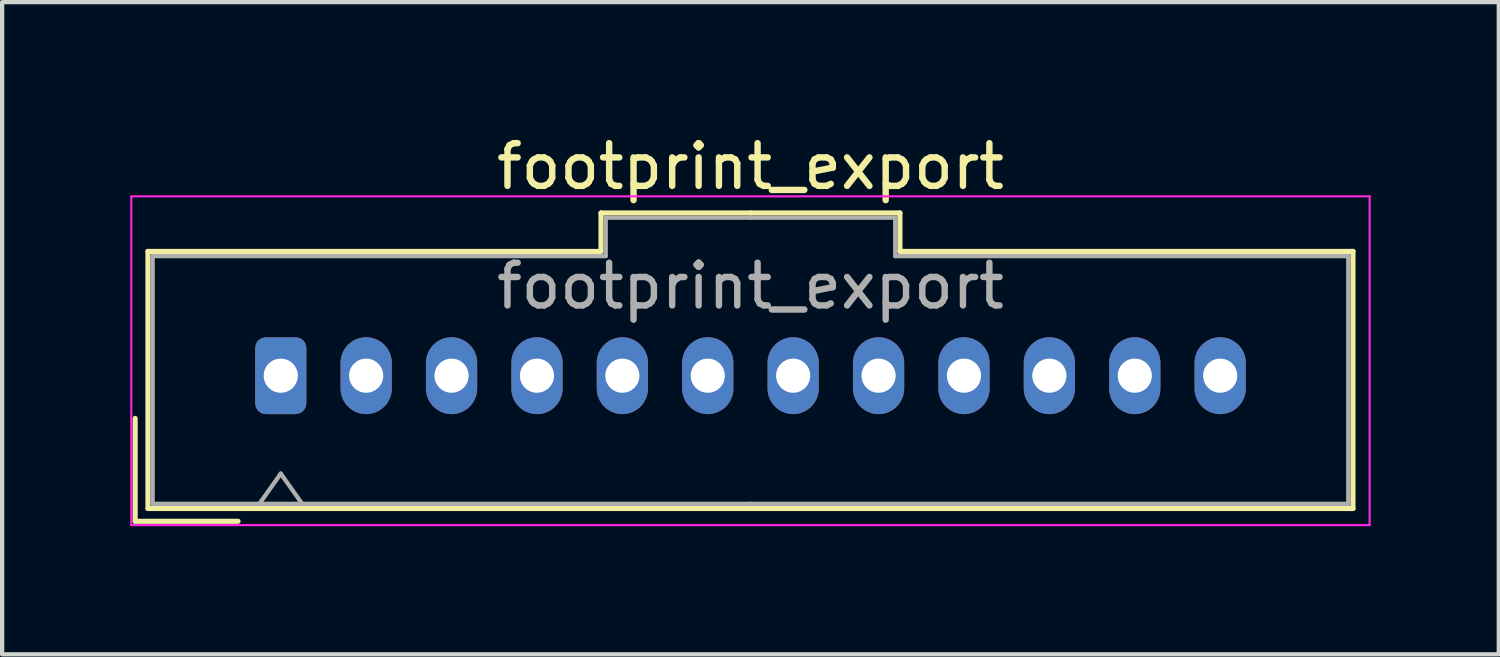
<source format=kicad_pcb>
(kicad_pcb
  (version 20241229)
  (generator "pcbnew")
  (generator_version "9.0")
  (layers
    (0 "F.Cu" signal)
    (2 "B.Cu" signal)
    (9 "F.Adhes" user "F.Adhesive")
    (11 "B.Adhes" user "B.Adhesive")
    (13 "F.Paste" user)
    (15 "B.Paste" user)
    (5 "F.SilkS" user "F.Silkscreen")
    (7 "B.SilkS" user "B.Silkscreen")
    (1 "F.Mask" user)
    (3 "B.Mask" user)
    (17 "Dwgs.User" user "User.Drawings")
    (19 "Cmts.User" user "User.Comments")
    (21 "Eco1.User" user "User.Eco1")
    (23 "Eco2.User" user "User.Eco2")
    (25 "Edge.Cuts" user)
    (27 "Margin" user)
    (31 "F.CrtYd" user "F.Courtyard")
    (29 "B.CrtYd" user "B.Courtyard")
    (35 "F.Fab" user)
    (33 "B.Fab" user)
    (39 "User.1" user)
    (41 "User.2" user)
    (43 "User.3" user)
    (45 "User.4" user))
  (footprint "footprint_export"
    (layer "F.Cu")
    (at 3.525 5.748)
    (property "Reference" "footprint_export" (at 11 -4.9 0) (layer "F.SilkS") (effects (font (size 1 1) (thickness 0.15))))
    (attr through_hole)
    (fp_line (start -3.41 1) (end -3.41 3.41) (stroke (width 0.12) (type solid)) (layer "F.SilkS"))
    (fp_line (start -3.41 3.41) (end -1 3.41) (stroke (width 0.12) (type solid)) (layer "F.SilkS"))
    (fp_line (start -3.11 -2.91) (end -3.11 3.11) (stroke (width 0.12) (type solid)) (layer "F.SilkS"))
    (fp_line (start -3.11 3.11) (end 11 3.11) (stroke (width 0.12) (type solid)) (layer "F.SilkS"))
    (fp_line (start 7.5 -3.81) (end 7.5 -2.91) (stroke (width 0.12) (type solid)) (layer "F.SilkS"))
    (fp_line (start 7.5 -2.91) (end -3.11 -2.91) (stroke (width 0.12) (type solid)) (layer "F.SilkS"))
    (fp_line (start 11 -3.81) (end 7.5 -3.81) (stroke (width 0.12) (type solid)) (layer "F.SilkS"))
    (fp_line (start 11 -3.81) (end 14.5 -3.81) (stroke (width 0.12) (type solid)) (layer "F.SilkS"))
    (fp_line (start 14.5 -3.81) (end 14.5 -2.91) (stroke (width 0.12) (type solid)) (layer "F.SilkS"))
    (fp_line (start 14.5 -2.91) (end 25.11 -2.91) (stroke (width 0.12) (type solid)) (layer "F.SilkS"))
    (fp_line (start 25.11 -2.91) (end 25.11 3.11) (stroke (width 0.12) (type solid)) (layer "F.SilkS"))
    (fp_line (start 25.11 3.11) (end 11 3.11) (stroke (width 0.12) (type solid)) (layer "F.SilkS"))
    (fp_line (start -3.5 -4.2) (end -3.5 3.5) (stroke (width 0.05) (type solid)) (layer "F.CrtYd"))
    (fp_line (start -3.5 3.5) (end 25.5 3.5) (stroke (width 0.05) (type solid)) (layer "F.CrtYd"))
    (fp_line (start 25.5 -4.2) (end -3.5 -4.2) (stroke (width 0.05) (type solid)) (layer "F.CrtYd"))
    (fp_line (start 25.5 3.5) (end 25.5 -4.2) (stroke (width 0.05) (type solid)) (layer "F.CrtYd"))
    (fp_line (start -3 -2.8) (end -3 3) (stroke (width 0.1) (type solid)) (layer "F.Fab"))
    (fp_line (start -3 3) (end 11 3) (stroke (width 0.1) (type solid)) (layer "F.Fab"))
    (fp_line (start -0.5 3) (end 0 2.293) (stroke (width 0.1) (type solid)) (layer "F.Fab"))
    (fp_line (start 0 2.293) (end 0.5 3) (stroke (width 0.1) (type solid)) (layer "F.Fab"))
    (fp_line (start 7.61 -3.7) (end 7.61 -2.8) (stroke (width 0.1) (type solid)) (layer "F.Fab"))
    (fp_line (start 7.61 -2.8) (end -3 -2.8) (stroke (width 0.1) (type solid)) (layer "F.Fab"))
    (fp_line (start 11 -3.7) (end 7.61 -3.7) (stroke (width 0.1) (type solid)) (layer "F.Fab"))
    (fp_line (start 11 -3.7) (end 14.39 -3.7) (stroke (width 0.1) (type solid)) (layer "F.Fab"))
    (fp_line (start 14.39 -3.7) (end 14.39 -2.8) (stroke (width 0.1) (type solid)) (layer "F.Fab"))
    (fp_line (start 14.39 -2.8) (end 25 -2.8) (stroke (width 0.1) (type solid)) (layer "F.Fab"))
    (fp_line (start 25 -2.8) (end 25 3) (stroke (width 0.1) (type solid)) (layer "F.Fab"))
    (fp_line (start 25 3) (end 11 3) (stroke (width 0.1) (type solid)) (layer "F.Fab"))
    (fp_text user "${REFERENCE}" (at 11 -2.1 0) (layer "F.Fab") (effects (font (size 1 1) (thickness 0.15))))
    (pad "1" thru_hole roundrect (at 0 0) (size 1.2 1.8) (drill 0.8) (layers "*.Cu" "*.Mask") (roundrect_rratio 0.208))
    (pad "2" thru_hole oval (at 2 0) (size 1.2 1.8) (drill 0.8) (layers "*.Cu" "*.Mask"))
    (pad "3" thru_hole oval (at 4 0) (size 1.2 1.8) (drill 0.8) (layers "*.Cu" "*.Mask"))
    (pad "4" thru_hole oval (at 6 0) (size 1.2 1.8) (drill 0.8) (layers "*.Cu" "*.Mask"))
    (pad "5" thru_hole oval (at 8 0) (size 1.2 1.8) (drill 0.8) (layers "*.Cu" "*.Mask"))
    (pad "6" thru_hole oval (at 10 0) (size 1.2 1.8) (drill 0.8) (layers "*.Cu" "*.Mask"))
    (pad "7" thru_hole oval (at 12 0) (size 1.2 1.8) (drill 0.8) (layers "*.Cu" "*.Mask"))
    (pad "8" thru_hole oval (at 14 0) (size 1.2 1.8) (drill 0.8) (layers "*.Cu" "*.Mask"))
    (pad "9" thru_hole oval (at 16 0) (size 1.2 1.8) (drill 0.8) (layers "*.Cu" "*.Mask"))
    (pad "10" thru_hole oval (at 18 0) (size 1.2 1.8) (drill 0.8) (layers "*.Cu" "*.Mask"))
    (pad "11" thru_hole oval (at 20 0) (size 1.2 1.8) (drill 0.8) (layers "*.Cu" "*.Mask"))
    (pad "12" thru_hole oval (at 22 0) (size 1.2 1.8) (drill 0.8) (layers "*.Cu" "*.Mask")))
  (gr_rect
    (start -3 -3)
    (end 32.05 12.273)
    (stroke (width 0.1) (type default))
    (fill no)
    (layer "Edge.Cuts")))
</source>
